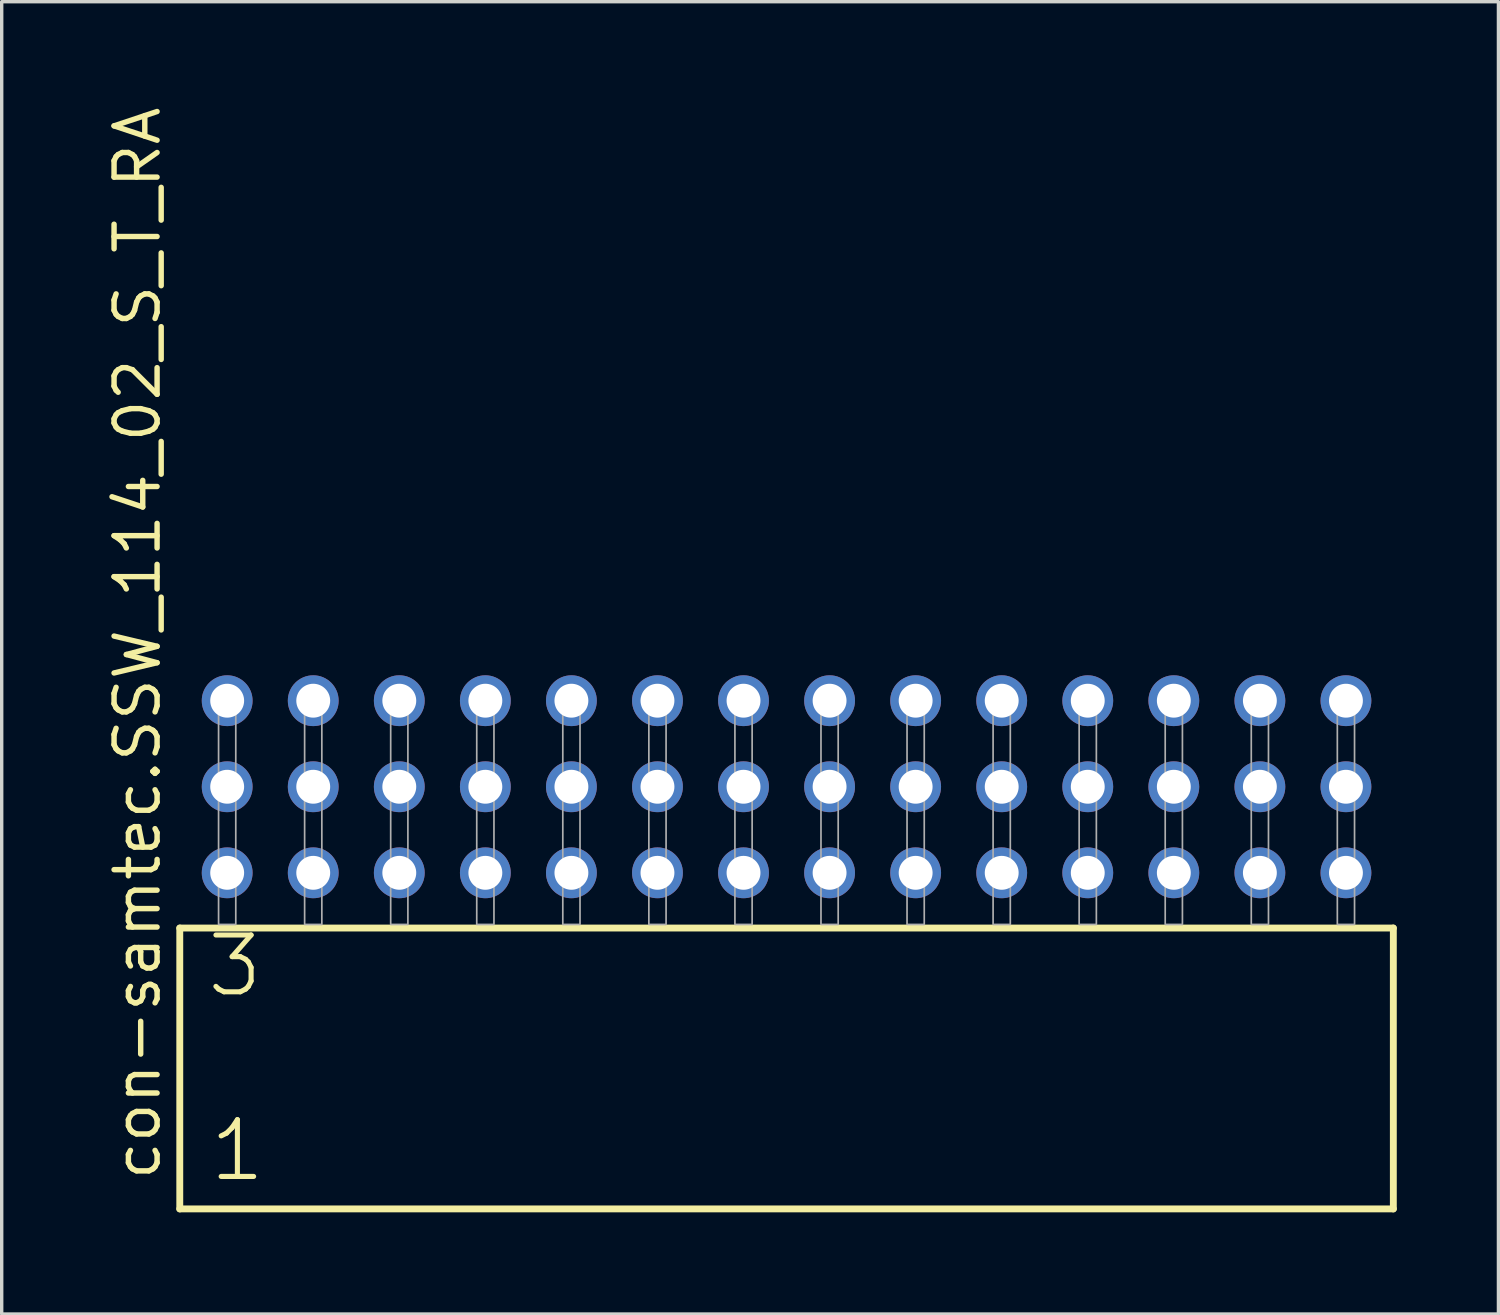
<source format=kicad_pcb>
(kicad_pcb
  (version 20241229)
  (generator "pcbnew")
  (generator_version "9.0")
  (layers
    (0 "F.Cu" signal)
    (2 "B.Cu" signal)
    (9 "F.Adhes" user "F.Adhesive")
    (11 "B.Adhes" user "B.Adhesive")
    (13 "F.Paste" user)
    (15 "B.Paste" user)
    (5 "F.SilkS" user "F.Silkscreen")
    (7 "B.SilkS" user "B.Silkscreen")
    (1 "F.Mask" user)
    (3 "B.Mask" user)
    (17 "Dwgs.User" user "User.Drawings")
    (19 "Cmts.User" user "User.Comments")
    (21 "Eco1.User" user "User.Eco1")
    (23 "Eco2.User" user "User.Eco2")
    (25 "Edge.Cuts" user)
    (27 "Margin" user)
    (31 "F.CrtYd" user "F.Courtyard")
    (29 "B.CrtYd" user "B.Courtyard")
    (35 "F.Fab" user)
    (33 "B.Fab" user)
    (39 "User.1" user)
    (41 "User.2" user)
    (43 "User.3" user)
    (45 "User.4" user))
  (footprint "con-samtec.SSW_114_02_S_T_RA"
    (layer "F.Cu")
    (at 20.165 24.235)
    (property "Reference" "con-samtec.SSW_114_02_S_T_RA" (at -18.415 7.62 90) (layer "F.SilkS") (effects (font (size 1.27 1.27) (thickness 0.16)) (justify left bottom)))
    (attr through_hole)
    (fp_line (start -17.909 0.106) (end -17.909 8.396) (stroke (width 0.203) (type default)) (layer "F.SilkS"))
    (fp_line (start -17.909 8.396) (end 17.909 8.396) (stroke (width 0.203) (type default)) (layer "F.SilkS"))
    (fp_line (start 17.909 0.106) (end -17.909 0.106) (stroke (width 0.203) (type default)) (layer "F.SilkS"))
    (fp_line (start 17.909 8.396) (end 17.909 0.106) (stroke (width 0.203) (type default)) (layer "F.SilkS"))
    (fp_rect (start -16.764 0) (end -16.256 -6.858) (stroke (width 0.05) (type default)) (fill no) (layer "F.Fab"))
    (fp_rect (start -14.224 0) (end -13.716 -6.858) (stroke (width 0.05) (type default)) (fill no) (layer "F.Fab"))
    (fp_rect (start -11.684 0) (end -11.176 -6.858) (stroke (width 0.05) (type default)) (fill no) (layer "F.Fab"))
    (fp_rect (start -9.144 0) (end -8.636 -6.858) (stroke (width 0.05) (type default)) (fill no) (layer "F.Fab"))
    (fp_rect (start -6.604 0) (end -6.096 -6.858) (stroke (width 0.05) (type default)) (fill no) (layer "F.Fab"))
    (fp_rect (start -4.064 0) (end -3.556 -6.858) (stroke (width 0.05) (type default)) (fill no) (layer "F.Fab"))
    (fp_rect (start -1.524 0) (end -1.016 -6.858) (stroke (width 0.05) (type default)) (fill no) (layer "F.Fab"))
    (fp_rect (start 1.016 0) (end 1.524 -6.858) (stroke (width 0.05) (type default)) (fill no) (layer "F.Fab"))
    (fp_rect (start 3.556 0) (end 4.064 -6.858) (stroke (width 0.05) (type default)) (fill no) (layer "F.Fab"))
    (fp_rect (start 6.096 0) (end 6.604 -6.858) (stroke (width 0.05) (type default)) (fill no) (layer "F.Fab"))
    (fp_rect (start 8.636 0) (end 9.144 -6.858) (stroke (width 0.05) (type default)) (fill no) (layer "F.Fab"))
    (fp_rect (start 11.176 0) (end 11.684 -6.858) (stroke (width 0.05) (type default)) (fill no) (layer "F.Fab"))
    (fp_rect (start 13.716 0) (end 14.224 -6.858) (stroke (width 0.05) (type default)) (fill no) (layer "F.Fab"))
    (fp_rect (start 16.256 0) (end 16.764 -6.858) (stroke (width 0.05) (type default)) (fill no) (layer "F.Fab"))
    (fp_text user "3" (at -17.18 2.2 0) (layer "F.SilkS") (effects (font (size 1.676 1.676) (thickness 0.15)) (justify left bottom)))
    (fp_text user "1" (at -17.105 7.65 0) (layer "F.SilkS") (effects (font (size 1.676 1.676) (thickness 0.15)) (justify left bottom)))
    (pad "1" thru_hole circle (at -16.51 -1.524) (size 1.5 1.5) (drill 1) (layers "*.Cu" "*.Mask"))
    (pad "2" thru_hole circle (at -16.51 -4.064) (size 1.5 1.5) (drill 1) (layers "*.Cu" "*.Mask"))
    (pad "3" thru_hole circle (at -16.51 -6.604) (size 1.5 1.5) (drill 1) (layers "*.Cu" "*.Mask"))
    (pad "4" thru_hole circle (at -13.97 -1.524) (size 1.5 1.5) (drill 1) (layers "*.Cu" "*.Mask"))
    (pad "5" thru_hole circle (at -13.97 -4.064) (size 1.5 1.5) (drill 1) (layers "*.Cu" "*.Mask"))
    (pad "6" thru_hole circle (at -13.97 -6.604) (size 1.5 1.5) (drill 1) (layers "*.Cu" "*.Mask"))
    (pad "7" thru_hole circle (at -11.43 -1.524) (size 1.5 1.5) (drill 1) (layers "*.Cu" "*.Mask"))
    (pad "8" thru_hole circle (at -11.43 -4.064) (size 1.5 1.5) (drill 1) (layers "*.Cu" "*.Mask"))
    (pad "9" thru_hole circle (at -11.43 -6.604) (size 1.5 1.5) (drill 1) (layers "*.Cu" "*.Mask"))
    (pad "10" thru_hole circle (at -8.89 -1.524) (size 1.5 1.5) (drill 1) (layers "*.Cu" "*.Mask"))
    (pad "11" thru_hole circle (at -8.89 -4.064) (size 1.5 1.5) (drill 1) (layers "*.Cu" "*.Mask"))
    (pad "12" thru_hole circle (at -8.89 -6.604) (size 1.5 1.5) (drill 1) (layers "*.Cu" "*.Mask"))
    (pad "13" thru_hole circle (at -6.35 -1.524) (size 1.5 1.5) (drill 1) (layers "*.Cu" "*.Mask"))
    (pad "14" thru_hole circle (at -6.35 -4.064) (size 1.5 1.5) (drill 1) (layers "*.Cu" "*.Mask"))
    (pad "15" thru_hole circle (at -6.35 -6.604) (size 1.5 1.5) (drill 1) (layers "*.Cu" "*.Mask"))
    (pad "16" thru_hole circle (at -3.81 -1.524) (size 1.5 1.5) (drill 1) (layers "*.Cu" "*.Mask"))
    (pad "17" thru_hole circle (at -3.81 -4.064) (size 1.5 1.5) (drill 1) (layers "*.Cu" "*.Mask"))
    (pad "18" thru_hole circle (at -3.81 -6.604) (size 1.5 1.5) (drill 1) (layers "*.Cu" "*.Mask"))
    (pad "19" thru_hole circle (at -1.27 -1.524) (size 1.5 1.5) (drill 1) (layers "*.Cu" "*.Mask"))
    (pad "20" thru_hole circle (at -1.27 -4.064) (size 1.5 1.5) (drill 1) (layers "*.Cu" "*.Mask"))
    (pad "21" thru_hole circle (at -1.27 -6.604) (size 1.5 1.5) (drill 1) (layers "*.Cu" "*.Mask"))
    (pad "22" thru_hole circle (at 1.27 -1.524) (size 1.5 1.5) (drill 1) (layers "*.Cu" "*.Mask"))
    (pad "23" thru_hole circle (at 1.27 -4.064) (size 1.5 1.5) (drill 1) (layers "*.Cu" "*.Mask"))
    (pad "24" thru_hole circle (at 1.27 -6.604) (size 1.5 1.5) (drill 1) (layers "*.Cu" "*.Mask"))
    (pad "25" thru_hole circle (at 3.81 -1.524) (size 1.5 1.5) (drill 1) (layers "*.Cu" "*.Mask"))
    (pad "26" thru_hole circle (at 3.81 -4.064) (size 1.5 1.5) (drill 1) (layers "*.Cu" "*.Mask"))
    (pad "27" thru_hole circle (at 3.81 -6.604) (size 1.5 1.5) (drill 1) (layers "*.Cu" "*.Mask"))
    (pad "28" thru_hole circle (at 6.35 -1.524) (size 1.5 1.5) (drill 1) (layers "*.Cu" "*.Mask"))
    (pad "29" thru_hole circle (at 6.35 -4.064) (size 1.5 1.5) (drill 1) (layers "*.Cu" "*.Mask"))
    (pad "30" thru_hole circle (at 6.35 -6.604) (size 1.5 1.5) (drill 1) (layers "*.Cu" "*.Mask"))
    (pad "31" thru_hole circle (at 8.89 -1.524) (size 1.5 1.5) (drill 1) (layers "*.Cu" "*.Mask"))
    (pad "32" thru_hole circle (at 8.89 -4.064) (size 1.5 1.5) (drill 1) (layers "*.Cu" "*.Mask"))
    (pad "33" thru_hole circle (at 8.89 -6.604) (size 1.5 1.5) (drill 1) (layers "*.Cu" "*.Mask"))
    (pad "34" thru_hole circle (at 11.43 -1.524) (size 1.5 1.5) (drill 1) (layers "*.Cu" "*.Mask"))
    (pad "35" thru_hole circle (at 11.43 -4.064) (size 1.5 1.5) (drill 1) (layers "*.Cu" "*.Mask"))
    (pad "36" thru_hole circle (at 11.43 -6.604) (size 1.5 1.5) (drill 1) (layers "*.Cu" "*.Mask"))
    (pad "37" thru_hole circle (at 13.97 -1.524) (size 1.5 1.5) (drill 1) (layers "*.Cu" "*.Mask"))
    (pad "38" thru_hole circle (at 13.97 -4.064) (size 1.5 1.5) (drill 1) (layers "*.Cu" "*.Mask"))
    (pad "39" thru_hole circle (at 13.97 -6.604) (size 1.5 1.5) (drill 1) (layers "*.Cu" "*.Mask"))
    (pad "40" thru_hole circle (at 16.51 -1.524) (size 1.5 1.5) (drill 1) (layers "*.Cu" "*.Mask"))
    (pad "41" thru_hole circle (at 16.51 -4.064) (size 1.5 1.5) (drill 1) (layers "*.Cu" "*.Mask"))
    (pad "42" thru_hole circle (at 16.51 -6.604) (size 1.5 1.5) (drill 1) (layers "*.Cu" "*.Mask")))
  (gr_rect
    (start -3 -3)
    (end 41.176 35.733)
    (stroke (width 0.1) (type default))
    (fill no)
    (layer "Edge.Cuts")))
</source>
